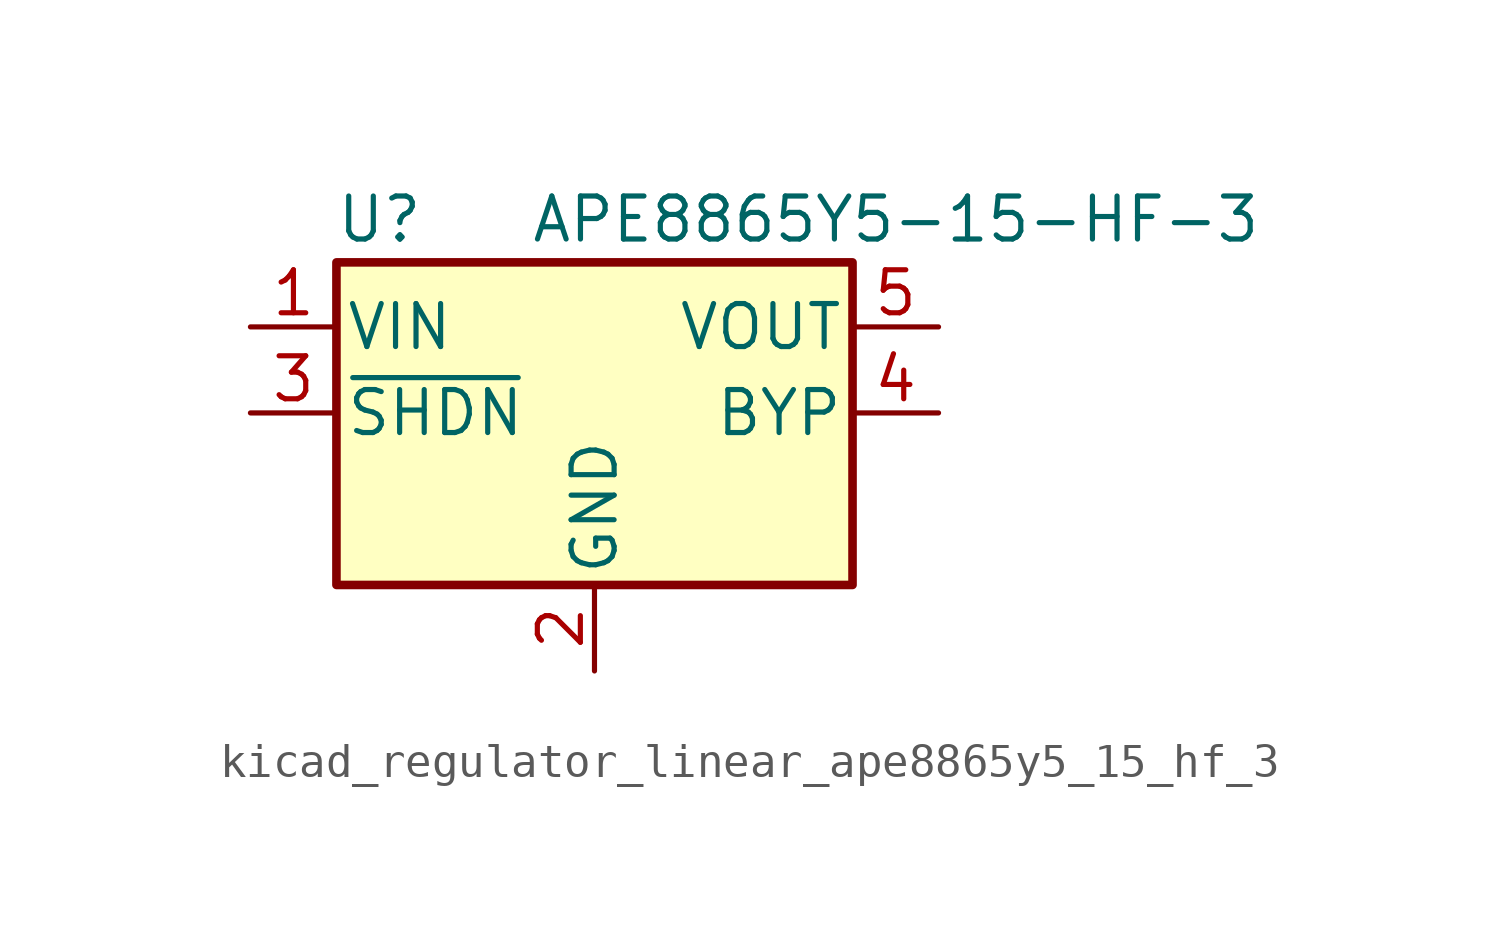
<source format=kicad_sym>
(kicad_symbol_lib
  (version 20220914)
  (generator kicad_symbol_editor)
  (symbol "kicad_regulator_linear_ape8865y5_15_hf_3"
    (pin_names
      (offset 0.254))
    (property "Reference" "U"
      (at -6.35 5.715 0)
      (effects (font (size 1.27 1.27))))
    (property "Value" "APE8865Y5-15-HF-3"
      (at -1.905 5.715 0)
      (effects (font (size 1.27 1.27)) (justify left)))
    (symbol "kicad_regulator_linear_ape8865y5_15_hf_3_0_1"
      (rectangle (start -7.62 4.445) (end 7.62 -5.08) (stroke (width 0.254) (type default)) (fill (type background))))
    (symbol "kicad_regulator_linear_ape8865y5_15_hf_3_1_1"
      (pin power_in line (at -10.16 2.54 0) (length 2.54) (name "VIN" (effects (font (size 1.27 1.27)))) (number "1" (effects (font (size 1.27 1.27)))))
      (pin power_in line (at 0 -7.62 90) (length 2.54) (name "GND" (effects (font (size 1.27 1.27)))) (number "2" (effects (font (size 1.27 1.27)))))
      (pin input line (at -10.16 0 0) (length 2.54) (name "~{SHDN}" (effects (font (size 1.27 1.27)))) (number "3" (effects (font (size 1.27 1.27)))))
      (pin input line (at 10.16 0 180) (length 2.54) (name "BYP" (effects (font (size 1.27 1.27)))) (number "4" (effects (font (size 1.27 1.27)))))
      (pin power_out line (at 10.16 2.54 180) (length 2.54) (name "VOUT" (effects (font (size 1.27 1.27)))) (number "5" (effects (font (size 1.27 1.27))))))))
</source>
